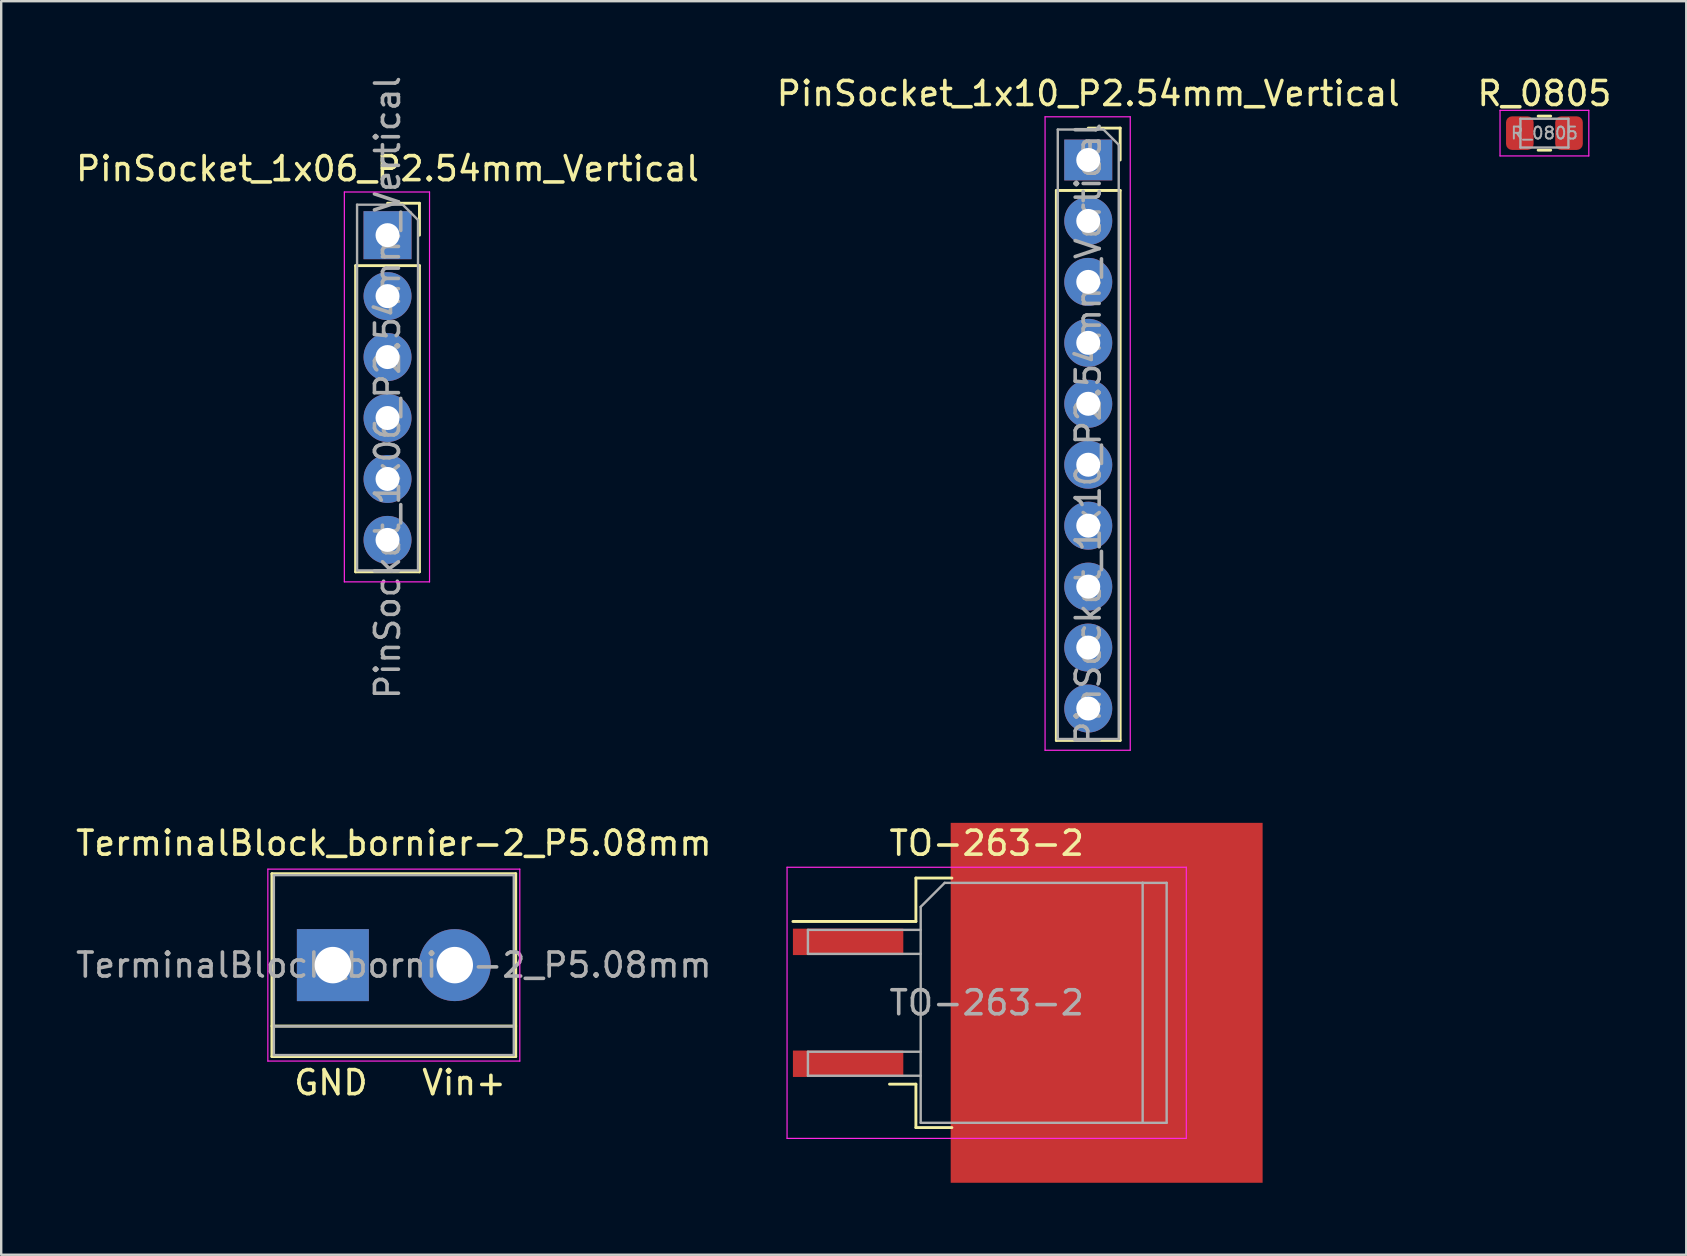
<source format=kicad_pcb>
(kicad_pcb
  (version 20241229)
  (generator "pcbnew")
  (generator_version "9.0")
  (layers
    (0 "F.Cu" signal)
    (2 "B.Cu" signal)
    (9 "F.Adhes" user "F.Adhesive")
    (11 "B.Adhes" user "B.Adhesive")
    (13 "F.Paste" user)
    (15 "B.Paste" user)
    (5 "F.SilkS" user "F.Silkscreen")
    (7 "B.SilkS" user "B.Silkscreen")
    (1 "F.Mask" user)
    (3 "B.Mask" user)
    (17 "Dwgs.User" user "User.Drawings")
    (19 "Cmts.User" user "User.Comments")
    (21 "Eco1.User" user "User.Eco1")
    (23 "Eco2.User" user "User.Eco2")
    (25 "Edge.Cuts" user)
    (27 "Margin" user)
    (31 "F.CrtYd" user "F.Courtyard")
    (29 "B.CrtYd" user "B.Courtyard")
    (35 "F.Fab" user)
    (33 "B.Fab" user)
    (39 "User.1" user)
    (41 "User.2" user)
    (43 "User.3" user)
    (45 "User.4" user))
  (footprint "R_0805"
    (layer "F.Cu")
    (at 61.315 2.498)
    (property "Reference" "R_0805" (at 0 -1.65 0) (layer "F.SilkS") (effects (font (size 1 1) (thickness 0.15))))
    (attr smd)
    (fp_line (start -0.261 -0.71) (end 0.261 -0.71) (stroke (width 0.12) (type solid)) (layer "F.SilkS"))
    (fp_line (start -0.261 0.71) (end 0.261 0.71) (stroke (width 0.12) (type solid)) (layer "F.SilkS"))
    (fp_line (start -1.85 -0.95) (end 1.85 -0.95) (stroke (width 0.05) (type solid)) (layer "F.CrtYd"))
    (fp_line (start -1.85 0.95) (end -1.85 -0.95) (stroke (width 0.05) (type solid)) (layer "F.CrtYd"))
    (fp_line (start 1.85 -0.95) (end 1.85 0.95) (stroke (width 0.05) (type solid)) (layer "F.CrtYd"))
    (fp_line (start 1.85 0.95) (end -1.85 0.95) (stroke (width 0.05) (type solid)) (layer "F.CrtYd"))
    (fp_line (start -1 -0.6) (end 1 -0.6) (stroke (width 0.1) (type solid)) (layer "F.Fab"))
    (fp_line (start -1 0.6) (end -1 -0.6) (stroke (width 0.1) (type solid)) (layer "F.Fab"))
    (fp_line (start 1 -0.6) (end 1 0.6) (stroke (width 0.1) (type solid)) (layer "F.Fab"))
    (fp_line (start 1 0.6) (end -1 0.6) (stroke (width 0.1) (type solid)) (layer "F.Fab"))
    (fp_text user "${REFERENCE}" (at 0 0 0) (layer "F.Fab") (effects (font (size 0.5 0.5) (thickness 0.08))))
    (pad "1" smd roundrect (at -1.025 0) (size 1.15 1.4) (layers "F.Cu" "F.Mask" "F.Paste") (roundrect_rratio 0.217))
    (pad "2" smd roundrect (at 1.025 0) (size 1.15 1.4) (layers "F.Cu" "F.Mask" "F.Paste") (roundrect_rratio 0.217)))
  (footprint "PinSocket_1x06_P2.54mm_Vertical"
    (layer "F.Cu")
    (at 13.101 6.751)
    (property "Reference" "PinSocket_1x06_P2.54mm_Vertical" (at 0 -2.77 0) (layer "F.SilkS") (effects (font (size 1 1) (thickness 0.15))))
    (attr through_hole)
    (fp_line (start -1.33 1.27) (end -1.33 14.03) (stroke (width 0.12) (type solid)) (layer "F.SilkS"))
    (fp_line (start -1.33 1.27) (end 1.33 1.27) (stroke (width 0.12) (type solid)) (layer "F.SilkS"))
    (fp_line (start -1.33 14.03) (end 1.33 14.03) (stroke (width 0.12) (type solid)) (layer "F.SilkS"))
    (fp_line (start 0 -1.33) (end 1.33 -1.33) (stroke (width 0.12) (type solid)) (layer "F.SilkS"))
    (fp_line (start 1.33 -1.33) (end 1.33 0) (stroke (width 0.12) (type solid)) (layer "F.SilkS"))
    (fp_line (start 1.33 1.27) (end 1.33 14.03) (stroke (width 0.12) (type solid)) (layer "F.SilkS"))
    (fp_line (start -1.8 -1.8) (end 1.75 -1.8) (stroke (width 0.05) (type solid)) (layer "F.CrtYd"))
    (fp_line (start -1.8 14.45) (end -1.8 -1.8) (stroke (width 0.05) (type solid)) (layer "F.CrtYd"))
    (fp_line (start 1.75 -1.8) (end 1.75 14.45) (stroke (width 0.05) (type solid)) (layer "F.CrtYd"))
    (fp_line (start 1.75 14.45) (end -1.8 14.45) (stroke (width 0.05) (type solid)) (layer "F.CrtYd"))
    (fp_line (start -1.27 -1.27) (end 0.635 -1.27) (stroke (width 0.1) (type solid)) (layer "F.Fab"))
    (fp_line (start -1.27 13.97) (end -1.27 -1.27) (stroke (width 0.1) (type solid)) (layer "F.Fab"))
    (fp_line (start 0.635 -1.27) (end 1.27 -0.635) (stroke (width 0.1) (type solid)) (layer "F.Fab"))
    (fp_line (start 1.27 -0.635) (end 1.27 13.97) (stroke (width 0.1) (type solid)) (layer "F.Fab"))
    (fp_line (start 1.27 13.97) (end -1.27 13.97) (stroke (width 0.1) (type solid)) (layer "F.Fab"))
    (fp_text user "${REFERENCE}" (at 0 6.35 90) (layer "F.Fab") (effects (font (size 1 1) (thickness 0.15))))
    (pad "1" thru_hole rect (at 0 0) (size 2 2) (drill 1) (layers "*.Cu" "*.Mask"))
    (pad "2" thru_hole circle (at 0 2.54) (size 2 2) (drill 1) (layers "*.Cu" "*.Mask"))
    (pad "3" thru_hole circle (at 0 5.08) (size 2 2) (drill 1) (layers "*.Cu" "*.Mask"))
    (pad "4" thru_hole circle (at 0 7.62) (size 2 2) (drill 1) (layers "*.Cu" "*.Mask"))
    (pad "5" thru_hole circle (at 0 10.16) (size 2 2) (drill 1) (layers "*.Cu" "*.Mask"))
    (pad "6" thru_hole circle (at 0 12.7) (size 2 2) (drill 1) (layers "*.Cu" "*.Mask")))
  (footprint "PinSocket_1x10_P2.54mm_Vertical"
    (layer "F.Cu")
    (at 42.304 3.618)
    (property "Reference" "PinSocket_1x10_P2.54mm_Vertical" (at 0 -2.77 0) (layer "F.SilkS") (effects (font (size 1 1) (thickness 0.15))))
    (attr through_hole)
    (fp_line (start -1.33 1.27) (end -1.33 24.19) (stroke (width 0.12) (type solid)) (layer "F.SilkS"))
    (fp_line (start -1.33 1.27) (end 1.33 1.27) (stroke (width 0.12) (type solid)) (layer "F.SilkS"))
    (fp_line (start -1.33 24.19) (end 1.33 24.19) (stroke (width 0.12) (type solid)) (layer "F.SilkS"))
    (fp_line (start 0 -1.33) (end 1.33 -1.33) (stroke (width 0.12) (type solid)) (layer "F.SilkS"))
    (fp_line (start 1.33 -1.33) (end 1.33 0) (stroke (width 0.12) (type solid)) (layer "F.SilkS"))
    (fp_line (start 1.33 1.27) (end 1.33 24.19) (stroke (width 0.12) (type solid)) (layer "F.SilkS"))
    (fp_line (start -1.8 -1.8) (end 1.75 -1.8) (stroke (width 0.05) (type solid)) (layer "F.CrtYd"))
    (fp_line (start -1.8 24.6) (end -1.8 -1.8) (stroke (width 0.05) (type solid)) (layer "F.CrtYd"))
    (fp_line (start 1.75 -1.8) (end 1.75 24.6) (stroke (width 0.05) (type solid)) (layer "F.CrtYd"))
    (fp_line (start 1.75 24.6) (end -1.8 24.6) (stroke (width 0.05) (type solid)) (layer "F.CrtYd"))
    (fp_line (start -1.27 -1.27) (end 0.635 -1.27) (stroke (width 0.1) (type solid)) (layer "F.Fab"))
    (fp_line (start -1.27 24.13) (end -1.27 -1.27) (stroke (width 0.1) (type solid)) (layer "F.Fab"))
    (fp_line (start 0.635 -1.27) (end 1.27 -0.635) (stroke (width 0.1) (type solid)) (layer "F.Fab"))
    (fp_line (start 1.27 -0.635) (end 1.27 24.13) (stroke (width 0.1) (type solid)) (layer "F.Fab"))
    (fp_line (start 1.27 24.13) (end -1.27 24.13) (stroke (width 0.1) (type solid)) (layer "F.Fab"))
    (fp_text user "${REFERENCE}" (at 0 11.43 90) (layer "F.Fab") (effects (font (size 1 1) (thickness 0.15))))
    (pad "1" thru_hole rect (at 0 0) (size 2 1.7) (drill 1) (layers "*.Cu" "*.Mask"))
    (pad "2" thru_hole circle (at 0 2.54) (size 2 2) (drill 1) (layers "*.Cu" "*.Mask"))
    (pad "3" thru_hole circle (at 0 5.08) (size 2 2) (drill 1) (layers "*.Cu" "*.Mask"))
    (pad "4" thru_hole circle (at 0 7.62) (size 2 2) (drill 1) (layers "*.Cu" "*.Mask"))
    (pad "5" thru_hole circle (at 0 10.16) (size 2 2) (drill 1) (layers "*.Cu" "*.Mask"))
    (pad "6" thru_hole circle (at 0 12.7) (size 2 2) (drill 1) (layers "*.Cu" "*.Mask"))
    (pad "7" thru_hole circle (at 0 15.24) (size 2 2) (drill 1) (layers "*.Cu" "*.Mask"))
    (pad "8" thru_hole circle (at 0 17.78) (size 2 2) (drill 1) (layers "*.Cu" "*.Mask"))
    (pad "9" thru_hole circle (at 0 20.32) (size 2 2) (drill 1) (layers "*.Cu" "*.Mask"))
    (pad "10" thru_hole circle (at 0 22.86) (size 2 2) (drill 1) (layers "*.Cu" "*.Mask")))
  (footprint "TerminalBlock_bornier-2_P5.08mm"
    (layer "F.Cu")
    (at 10.823 37.172)
    (property "Reference" "TerminalBlock_bornier-2_P5.08mm" (at 2.54 -5.08 0) (layer "F.SilkS") (effects (font (size 1 1) (thickness 0.15))))
    (attr through_hole)
    (fp_line (start -2.54 -3.81) (end -2.54 3.81) (stroke (width 0.12) (type solid)) (layer "F.SilkS"))
    (fp_line (start -2.54 3.81) (end 7.62 3.81) (stroke (width 0.12) (type solid)) (layer "F.SilkS"))
    (fp_line (start 7.62 -3.81) (end -2.54 -3.81) (stroke (width 0.12) (type solid)) (layer "F.SilkS"))
    (fp_line (start 7.62 2.54) (end -2.54 2.54) (stroke (width 0.12) (type solid)) (layer "F.SilkS"))
    (fp_line (start 7.62 3.81) (end 7.62 -3.81) (stroke (width 0.12) (type solid)) (layer "F.SilkS"))
    (fp_line (start -2.71 -4) (end -2.71 4) (stroke (width 0.05) (type solid)) (layer "F.CrtYd"))
    (fp_line (start -2.71 -4) (end 7.79 -4) (stroke (width 0.05) (type solid)) (layer "F.CrtYd"))
    (fp_line (start 7.79 4) (end -2.71 4) (stroke (width 0.05) (type solid)) (layer "F.CrtYd"))
    (fp_line (start 7.79 4) (end 7.79 -4) (stroke (width 0.05) (type solid)) (layer "F.CrtYd"))
    (fp_line (start -2.46 -3.75) (end -2.46 3.75) (stroke (width 0.1) (type solid)) (layer "F.Fab"))
    (fp_line (start -2.46 3.75) (end 7.54 3.75) (stroke (width 0.1) (type solid)) (layer "F.Fab"))
    (fp_line (start -2.41 2.55) (end 7.49 2.55) (stroke (width 0.1) (type solid)) (layer "F.Fab"))
    (fp_line (start 7.54 -3.75) (end -2.46 -3.75) (stroke (width 0.1) (type solid)) (layer "F.Fab"))
    (fp_line (start 7.54 3.75) (end 7.54 -3.75) (stroke (width 0.1) (type solid)) (layer "F.Fab"))
    (fp_text user "GND   Vin+" (at 2.8 4.9 0) (layer "F.SilkS") (effects (font (size 1 1) (thickness 0.15))))
    (fp_text user "${REFERENCE}" (at 2.54 0 0) (layer "F.Fab") (effects (font (size 1 1) (thickness 0.15))))
    (pad "1" thru_hole rect (at 0 0) (size 3 3) (drill 1.52) (layers "*.Cu" "*.Mask"))
    (pad "2" thru_hole circle (at 5.08 0) (size 3 3) (drill 1.52) (layers "*.Cu" "*.Mask")))
  (footprint "TO-263-2"
    (layer "F.Cu")
    (at 38.071 38.743)
    (property "Reference" "TO-263-2" (at 0 -6.65 0) (layer "F.SilkS") (effects (font (size 1 1) (thickness 0.15))))
    (attr smd)
    (fp_line (start -2.95 -5.2) (end -2.95 -3.39) (stroke (width 0.12) (type solid)) (layer "F.SilkS"))
    (fp_line (start -2.95 -3.39) (end -8.075 -3.39) (stroke (width 0.12) (type solid)) (layer "F.SilkS"))
    (fp_line (start -2.95 3.39) (end -4.05 3.39) (stroke (width 0.12) (type solid)) (layer "F.SilkS"))
    (fp_line (start -2.95 5.2) (end -2.95 3.39) (stroke (width 0.12) (type solid)) (layer "F.SilkS"))
    (fp_line (start -1.45 -5.2) (end -2.95 -5.2) (stroke (width 0.12) (type solid)) (layer "F.SilkS"))
    (fp_line (start -1.45 5.2) (end -2.95 5.2) (stroke (width 0.12) (type solid)) (layer "F.SilkS"))
    (fp_line (start -8.32 -5.65) (end -8.32 5.65) (stroke (width 0.05) (type solid)) (layer "F.CrtYd"))
    (fp_line (start -8.32 5.65) (end 8.32 5.65) (stroke (width 0.05) (type solid)) (layer "F.CrtYd"))
    (fp_line (start 8.32 -5.65) (end -8.32 -5.65) (stroke (width 0.05) (type solid)) (layer "F.CrtYd"))
    (fp_line (start 8.32 5.65) (end 8.32 -5.65) (stroke (width 0.05) (type solid)) (layer "F.CrtYd"))
    (fp_line (start -7.45 -3.04) (end -7.45 -2.04) (stroke (width 0.1) (type solid)) (layer "F.Fab"))
    (fp_line (start -7.45 -2.04) (end -2.75 -2.04) (stroke (width 0.1) (type solid)) (layer "F.Fab"))
    (fp_line (start -7.45 2.04) (end -7.45 3.04) (stroke (width 0.1) (type solid)) (layer "F.Fab"))
    (fp_line (start -7.45 3.04) (end -2.75 3.04) (stroke (width 0.1) (type solid)) (layer "F.Fab"))
    (fp_line (start -2.75 -4) (end -1.75 -5) (stroke (width 0.1) (type solid)) (layer "F.Fab"))
    (fp_line (start -2.75 -3.04) (end -7.45 -3.04) (stroke (width 0.1) (type solid)) (layer "F.Fab"))
    (fp_line (start -2.75 2.04) (end -7.45 2.04) (stroke (width 0.1) (type solid)) (layer "F.Fab"))
    (fp_line (start -2.75 5) (end -2.75 -4) (stroke (width 0.1) (type solid)) (layer "F.Fab"))
    (fp_line (start -1.75 -5) (end 6.5 -5) (stroke (width 0.1) (type solid)) (layer "F.Fab"))
    (fp_line (start 6.5 -5) (end 6.5 5) (stroke (width 0.1) (type solid)) (layer "F.Fab"))
    (fp_line (start 6.5 -5) (end 7.5 -5) (stroke (width 0.1) (type solid)) (layer "F.Fab"))
    (fp_line (start 6.5 5) (end -2.75 5) (stroke (width 0.1) (type solid)) (layer "F.Fab"))
    (fp_line (start 7.5 -5) (end 7.5 5) (stroke (width 0.1) (type solid)) (layer "F.Fab"))
    (fp_line (start 7.5 5) (end 6.5 5) (stroke (width 0.1) (type solid)) (layer "F.Fab"))
    (fp_text user "${REFERENCE}" (at 0 0 0) (layer "F.Fab") (effects (font (size 1 1) (thickness 0.15))))
    (pad "" smd rect (at 0.95 -2.775) (size 4.55 5.25) (layers "F.Paste"))
    (pad "" smd rect (at 0.95 2.775) (size 4.55 5.25) (layers "F.Paste"))
    (pad "" smd rect (at 5.8 -2.775) (size 4.55 5.25) (layers "F.Paste"))
    (pad "" smd rect (at 5.8 2.775) (size 4.55 5.25) (layers "F.Paste"))
    (pad "1" smd rect (at -5.775 -2.54) (size 4.6 1.1) (layers "F.Cu" "F.Mask" "F.Paste"))
    (pad "2" smd rect (at 5 0) (size 13 15) (layers "F.Cu" "F.Mask"))
    (pad "3" smd rect (at -5.775 2.54) (size 4.6 1.1) (layers "F.Cu" "F.Mask" "F.Paste")))
  (gr_rect
    (start -3 -3)
    (end 67.226 49.243)
    (stroke (width 0.1) (type default))
    (fill no)
    (layer "Edge.Cuts")))
</source>
